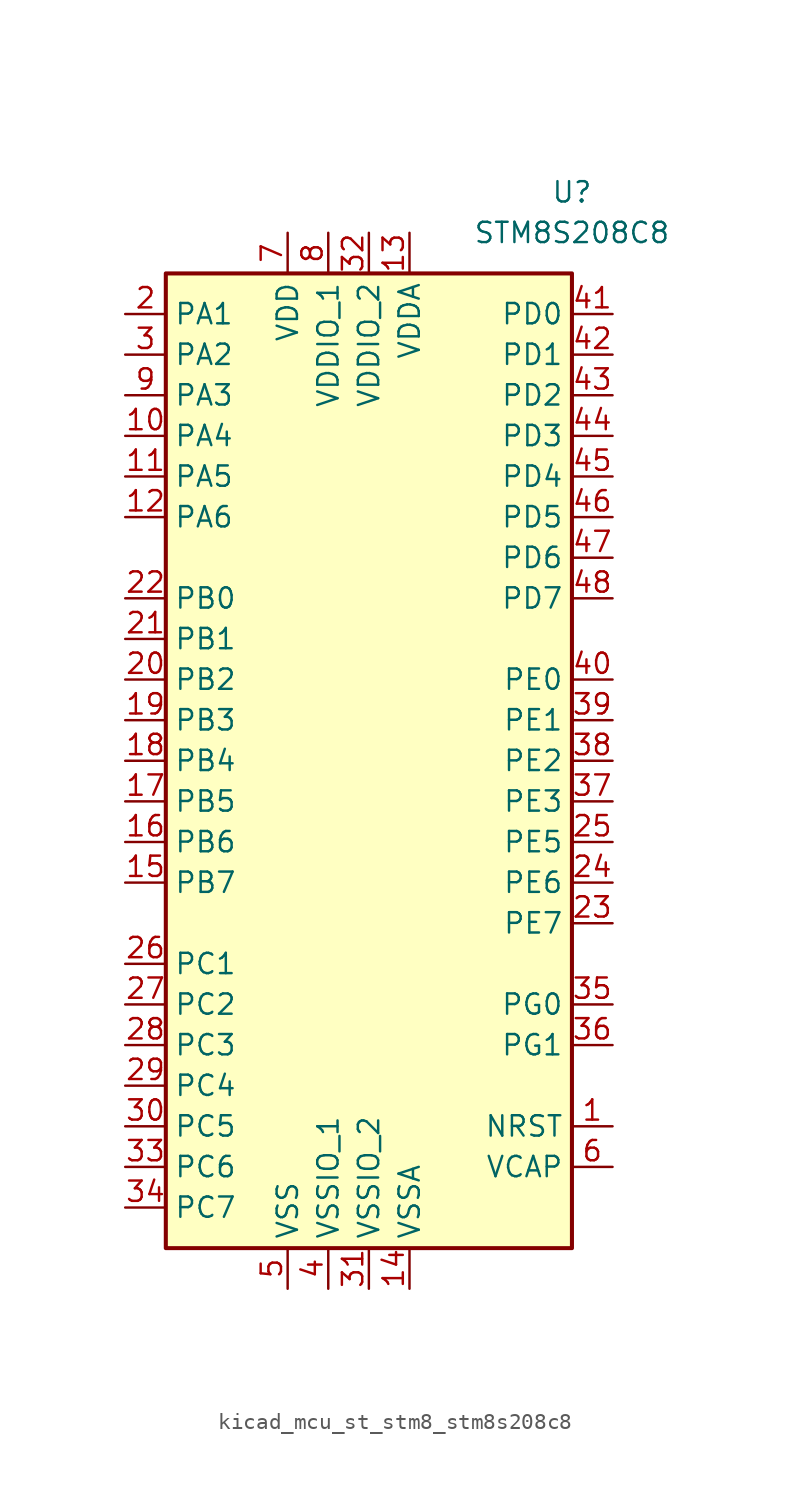
<source format=kicad_sym>
(kicad_symbol_lib
  (version 20220914)
  (generator kicad_symbol_editor)
  (symbol "kicad_mcu_st_stm8_stm8s208c8"
    (property "Reference" "U"
      (at 12.7 35.56 0)
      (effects (font (size 1.27 1.27))))
    (property "Value" "STM8S208C8"
      (at 12.7 33.02 0)
      (effects (font (size 1.27 1.27))))
    (symbol "kicad_mcu_st_stm8_stm8s208c8_0_1"
      (rectangle (start -12.7 -30.48) (end 12.7 30.48) (stroke (width 0.254) (type default)) (fill (type background))))
    (symbol "kicad_mcu_st_stm8_stm8s208c8_1_1"
      (pin input line (at 15.24 -22.86 180) (length 2.54) (name "NRST" (effects (font (size 1.27 1.27)))) (number "1" (effects (font (size 1.27 1.27)))))
      (pin bidirectional line (at -15.24 20.32 0) (length 2.54) (name "PA4" (effects (font (size 1.27 1.27)))) (number "10" (effects (font (size 1.27 1.27)))))
      (pin bidirectional line (at -15.24 17.78 0) (length 2.54) (name "PA5" (effects (font (size 1.27 1.27)))) (number "11" (effects (font (size 1.27 1.27)))))
      (pin bidirectional line (at -15.24 15.24 0) (length 2.54) (name "PA6" (effects (font (size 1.27 1.27)))) (number "12" (effects (font (size 1.27 1.27)))))
      (pin power_in line (at 2.54 33.02 270) (length 2.54) (name "VDDA" (effects (font (size 1.27 1.27)))) (number "13" (effects (font (size 1.27 1.27)))))
      (pin power_in line (at 2.54 -33.02 90) (length 2.54) (name "VSSA" (effects (font (size 1.27 1.27)))) (number "14" (effects (font (size 1.27 1.27)))))
      (pin bidirectional line (at -15.24 -7.62 0) (length 2.54) (name "PB7" (effects (font (size 1.27 1.27)))) (number "15" (effects (font (size 1.27 1.27)))))
      (pin bidirectional line (at -15.24 -5.08 0) (length 2.54) (name "PB6" (effects (font (size 1.27 1.27)))) (number "16" (effects (font (size 1.27 1.27)))))
      (pin bidirectional line (at -15.24 -2.54 0) (length 2.54) (name "PB5" (effects (font (size 1.27 1.27)))) (number "17" (effects (font (size 1.27 1.27)))))
      (pin bidirectional line (at -15.24 0 0) (length 2.54) (name "PB4" (effects (font (size 1.27 1.27)))) (number "18" (effects (font (size 1.27 1.27)))))
      (pin bidirectional line (at -15.24 2.54 0) (length 2.54) (name "PB3" (effects (font (size 1.27 1.27)))) (number "19" (effects (font (size 1.27 1.27)))))
      (pin bidirectional line (at -15.24 27.94 0) (length 2.54) (name "PA1" (effects (font (size 1.27 1.27)))) (number "2" (effects (font (size 1.27 1.27)))))
      (pin bidirectional line (at -15.24 5.08 0) (length 2.54) (name "PB2" (effects (font (size 1.27 1.27)))) (number "20" (effects (font (size 1.27 1.27)))))
      (pin bidirectional line (at -15.24 7.62 0) (length 2.54) (name "PB1" (effects (font (size 1.27 1.27)))) (number "21" (effects (font (size 1.27 1.27)))))
      (pin bidirectional line (at -15.24 10.16 0) (length 2.54) (name "PB0" (effects (font (size 1.27 1.27)))) (number "22" (effects (font (size 1.27 1.27)))))
      (pin bidirectional line (at 15.24 -10.16 180) (length 2.54) (name "PE7" (effects (font (size 1.27 1.27)))) (number "23" (effects (font (size 1.27 1.27)))))
      (pin bidirectional line (at 15.24 -7.62 180) (length 2.54) (name "PE6" (effects (font (size 1.27 1.27)))) (number "24" (effects (font (size 1.27 1.27)))))
      (pin bidirectional line (at 15.24 -5.08 180) (length 2.54) (name "PE5" (effects (font (size 1.27 1.27)))) (number "25" (effects (font (size 1.27 1.27)))))
      (pin bidirectional line (at -15.24 -12.7 0) (length 2.54) (name "PC1" (effects (font (size 1.27 1.27)))) (number "26" (effects (font (size 1.27 1.27)))))
      (pin bidirectional line (at -15.24 -15.24 0) (length 2.54) (name "PC2" (effects (font (size 1.27 1.27)))) (number "27" (effects (font (size 1.27 1.27)))))
      (pin bidirectional line (at -15.24 -17.78 0) (length 2.54) (name "PC3" (effects (font (size 1.27 1.27)))) (number "28" (effects (font (size 1.27 1.27)))))
      (pin bidirectional line (at -15.24 -20.32 0) (length 2.54) (name "PC4" (effects (font (size 1.27 1.27)))) (number "29" (effects (font (size 1.27 1.27)))))
      (pin bidirectional line (at -15.24 25.4 0) (length 2.54) (name "PA2" (effects (font (size 1.27 1.27)))) (number "3" (effects (font (size 1.27 1.27)))))
      (pin bidirectional line (at -15.24 -22.86 0) (length 2.54) (name "PC5" (effects (font (size 1.27 1.27)))) (number "30" (effects (font (size 1.27 1.27)))))
      (pin power_in line (at 0 -33.02 90) (length 2.54) (name "VSSIO_2" (effects (font (size 1.27 1.27)))) (number "31" (effects (font (size 1.27 1.27)))))
      (pin power_in line (at 0 33.02 270) (length 2.54) (name "VDDIO_2" (effects (font (size 1.27 1.27)))) (number "32" (effects (font (size 1.27 1.27)))))
      (pin bidirectional line (at -15.24 -25.4 0) (length 2.54) (name "PC6" (effects (font (size 1.27 1.27)))) (number "33" (effects (font (size 1.27 1.27)))))
      (pin bidirectional line (at -15.24 -27.94 0) (length 2.54) (name "PC7" (effects (font (size 1.27 1.27)))) (number "34" (effects (font (size 1.27 1.27)))))
      (pin bidirectional line (at 15.24 -15.24 180) (length 2.54) (name "PG0" (effects (font (size 1.27 1.27)))) (number "35" (effects (font (size 1.27 1.27)))))
      (pin bidirectional line (at 15.24 -17.78 180) (length 2.54) (name "PG1" (effects (font (size 1.27 1.27)))) (number "36" (effects (font (size 1.27 1.27)))))
      (pin bidirectional line (at 15.24 -2.54 180) (length 2.54) (name "PE3" (effects (font (size 1.27 1.27)))) (number "37" (effects (font (size 1.27 1.27)))))
      (pin bidirectional line (at 15.24 0 180) (length 2.54) (name "PE2" (effects (font (size 1.27 1.27)))) (number "38" (effects (font (size 1.27 1.27)))))
      (pin bidirectional line (at 15.24 2.54 180) (length 2.54) (name "PE1" (effects (font (size 1.27 1.27)))) (number "39" (effects (font (size 1.27 1.27)))))
      (pin power_in line (at -2.54 -33.02 90) (length 2.54) (name "VSSIO_1" (effects (font (size 1.27 1.27)))) (number "4" (effects (font (size 1.27 1.27)))))
      (pin bidirectional line (at 15.24 5.08 180) (length 2.54) (name "PE0" (effects (font (size 1.27 1.27)))) (number "40" (effects (font (size 1.27 1.27)))))
      (pin bidirectional line (at 15.24 27.94 180) (length 2.54) (name "PD0" (effects (font (size 1.27 1.27)))) (number "41" (effects (font (size 1.27 1.27)))))
      (pin bidirectional line (at 15.24 25.4 180) (length 2.54) (name "PD1" (effects (font (size 1.27 1.27)))) (number "42" (effects (font (size 1.27 1.27)))))
      (pin bidirectional line (at 15.24 22.86 180) (length 2.54) (name "PD2" (effects (font (size 1.27 1.27)))) (number "43" (effects (font (size 1.27 1.27)))))
      (pin bidirectional line (at 15.24 20.32 180) (length 2.54) (name "PD3" (effects (font (size 1.27 1.27)))) (number "44" (effects (font (size 1.27 1.27)))))
      (pin bidirectional line (at 15.24 17.78 180) (length 2.54) (name "PD4" (effects (font (size 1.27 1.27)))) (number "45" (effects (font (size 1.27 1.27)))))
      (pin bidirectional line (at 15.24 15.24 180) (length 2.54) (name "PD5" (effects (font (size 1.27 1.27)))) (number "46" (effects (font (size 1.27 1.27)))))
      (pin bidirectional line (at 15.24 12.7 180) (length 2.54) (name "PD6" (effects (font (size 1.27 1.27)))) (number "47" (effects (font (size 1.27 1.27)))))
      (pin bidirectional line (at 15.24 10.16 180) (length 2.54) (name "PD7" (effects (font (size 1.27 1.27)))) (number "48" (effects (font (size 1.27 1.27)))))
      (pin power_in line (at -5.08 -33.02 90) (length 2.54) (name "VSS" (effects (font (size 1.27 1.27)))) (number "5" (effects (font (size 1.27 1.27)))))
      (pin input line (at 15.24 -25.4 180) (length 2.54) (name "VCAP" (effects (font (size 1.27 1.27)))) (number "6" (effects (font (size 1.27 1.27)))))
      (pin power_in line (at -5.08 33.02 270) (length 2.54) (name "VDD" (effects (font (size 1.27 1.27)))) (number "7" (effects (font (size 1.27 1.27)))))
      (pin power_in line (at -2.54 33.02 270) (length 2.54) (name "VDDIO_1" (effects (font (size 1.27 1.27)))) (number "8" (effects (font (size 1.27 1.27)))))
      (pin bidirectional line (at -15.24 22.86 0) (length 2.54) (name "PA3" (effects (font (size 1.27 1.27)))) (number "9" (effects (font (size 1.27 1.27))))))))
</source>
